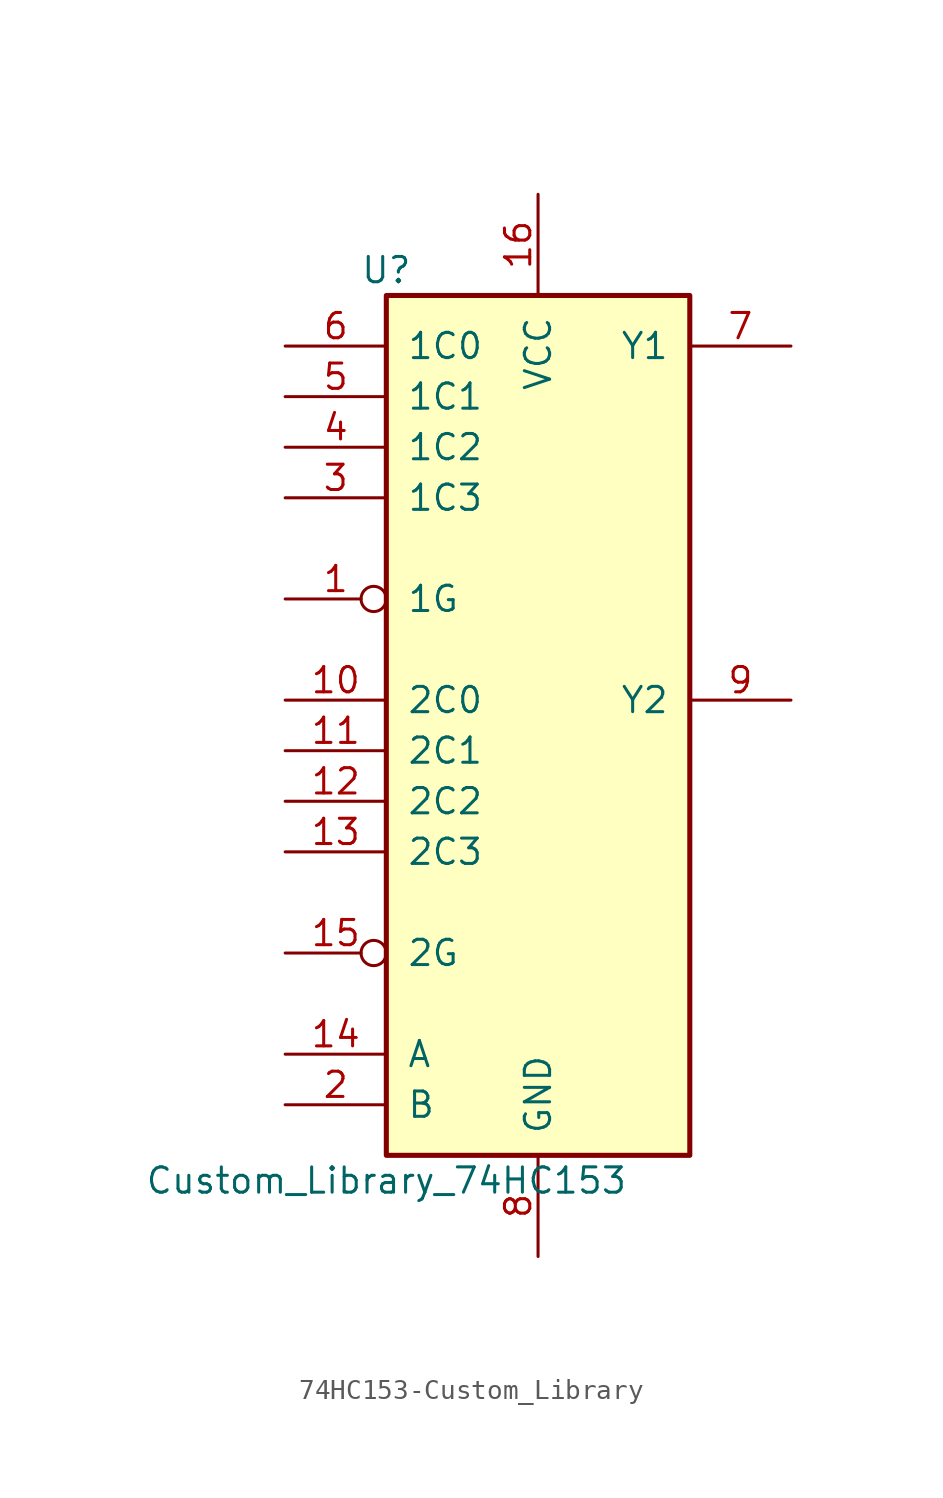
<source format=kicad_sym>
(kicad_symbol_lib
  (version 20220914)
  (generator kicad_symbol_editor)
  (symbol "74HC153-Custom_Library"
    (pin_names
      (offset 1.016))
    (property "Reference" "U"
      (at -7.62 21.59 0)
      (effects (font (size 1.27 1.27))))
    (property "Value" "Custom_Library_74HC153"
      (at -7.62 -24.13 0)
      (effects (font (size 1.27 1.27))))
    (property "ki_locked" ""
      (at 0 0 0)
      (effects (font (size 1.27 1.27))))
    (symbol "74HC153-Custom_Library_1_0"
      (pin input inverted (at -12.7 5.08 0) (length 5.08) (name "1G" (effects (font (size 1.27 1.27)))) (number "1" (effects (font (size 1.27 1.27)))))
      (pin input line (at -12.7 0 0) (length 5.08) (name "2C0" (effects (font (size 1.27 1.27)))) (number "10" (effects (font (size 1.27 1.27)))))
      (pin input line (at -12.7 -2.54 0) (length 5.08) (name "2C1" (effects (font (size 1.27 1.27)))) (number "11" (effects (font (size 1.27 1.27)))))
      (pin input line (at -12.7 -5.08 0) (length 5.08) (name "2C2" (effects (font (size 1.27 1.27)))) (number "12" (effects (font (size 1.27 1.27)))))
      (pin input line (at -12.7 -7.62 0) (length 5.08) (name "2C3" (effects (font (size 1.27 1.27)))) (number "13" (effects (font (size 1.27 1.27)))))
      (pin input line (at -12.7 -17.78 0) (length 5.08) (name "A" (effects (font (size 1.27 1.27)))) (number "14" (effects (font (size 1.27 1.27)))))
      (pin input inverted (at -12.7 -12.7 0) (length 5.08) (name "2G" (effects (font (size 1.27 1.27)))) (number "15" (effects (font (size 1.27 1.27)))))
      (pin power_in line (at 0 25.4 270) (length 5.08) (name "VCC" (effects (font (size 1.27 1.27)))) (number "16" (effects (font (size 1.27 1.27)))))
      (pin input line (at -12.7 -20.32 0) (length 5.08) (name "B" (effects (font (size 1.27 1.27)))) (number "2" (effects (font (size 1.27 1.27)))))
      (pin input line (at -12.7 10.16 0) (length 5.08) (name "1C3" (effects (font (size 1.27 1.27)))) (number "3" (effects (font (size 1.27 1.27)))))
      (pin input line (at -12.7 12.7 0) (length 5.08) (name "1C2" (effects (font (size 1.27 1.27)))) (number "4" (effects (font (size 1.27 1.27)))))
      (pin input line (at -12.7 15.24 0) (length 5.08) (name "1C1" (effects (font (size 1.27 1.27)))) (number "5" (effects (font (size 1.27 1.27)))))
      (pin input line (at -12.7 17.78 0) (length 5.08) (name "1C0" (effects (font (size 1.27 1.27)))) (number "6" (effects (font (size 1.27 1.27)))))
      (pin output line (at 12.7 17.78 180) (length 5.08) (name "Y1" (effects (font (size 1.27 1.27)))) (number "7" (effects (font (size 1.27 1.27)))))
      (pin power_in line (at 0 -27.94 90) (length 5.08) (name "GND" (effects (font (size 1.27 1.27)))) (number "8" (effects (font (size 1.27 1.27)))))
      (pin output line (at 12.7 0 180) (length 5.08) (name "Y2" (effects (font (size 1.27 1.27)))) (number "9" (effects (font (size 1.27 1.27))))))
    (symbol "74HC153-Custom_Library_1_1"
      (rectangle (start -7.62 20.32) (end 7.62 -22.86) (stroke (width 0.254) (type solid)) (fill (type background))))))
</source>
